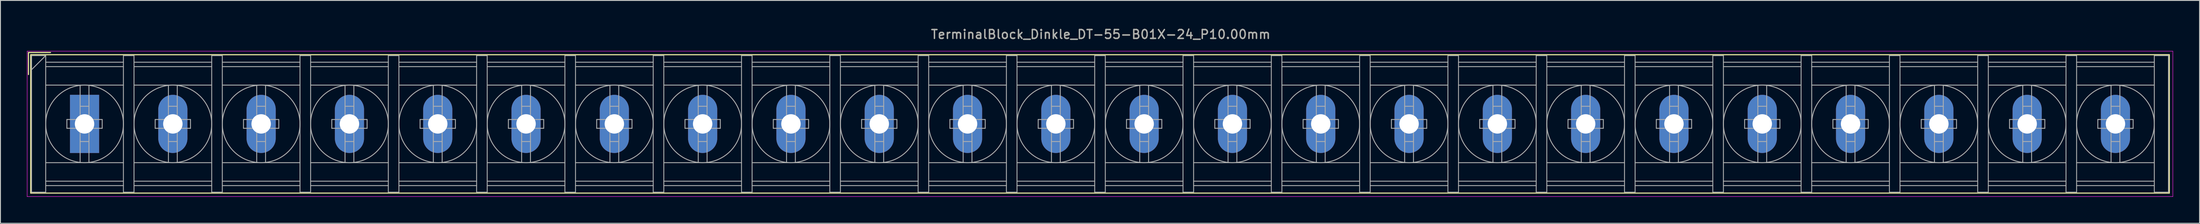
<source format=kicad_pcb>
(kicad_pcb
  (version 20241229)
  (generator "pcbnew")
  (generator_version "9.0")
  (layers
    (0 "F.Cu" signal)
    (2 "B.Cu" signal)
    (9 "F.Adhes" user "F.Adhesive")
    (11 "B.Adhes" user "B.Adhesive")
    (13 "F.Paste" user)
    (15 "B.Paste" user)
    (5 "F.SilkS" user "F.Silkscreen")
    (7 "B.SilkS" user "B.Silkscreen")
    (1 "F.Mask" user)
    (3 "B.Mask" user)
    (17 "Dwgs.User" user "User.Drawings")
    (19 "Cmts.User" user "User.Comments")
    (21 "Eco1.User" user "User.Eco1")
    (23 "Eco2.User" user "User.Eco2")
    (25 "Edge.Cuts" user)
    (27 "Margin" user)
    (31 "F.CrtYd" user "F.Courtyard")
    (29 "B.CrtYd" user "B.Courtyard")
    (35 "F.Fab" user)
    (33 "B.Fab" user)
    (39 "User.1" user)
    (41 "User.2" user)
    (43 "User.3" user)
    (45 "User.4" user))
  (footprint "TerminalBlock_Dinkle_DT-55-B01X-24_P10.00mm"
    (layer "F.Cu")
    (at 6.525 11.008)
    (property "Reference" "TerminalBlock_Dinkle_DT-55-B01X-24_P10.00mm" (at 115.08 -10.16 0) (layer "F.SilkS") (effects (font (size 1 1) (thickness 0.15))))
    (attr through_hole)
    (fp_line (start -6.35 -8.1) (end -3.85 -8.1) (stroke (width 0.12) (type solid)) (layer "F.SilkS"))
    (fp_line (start -6.35 -5.6) (end -6.35 -8.1) (stroke (width 0.12) (type solid)) (layer "F.SilkS"))
    (fp_line (start -6.1 -7.85) (end 236.1 -7.85) (stroke (width 0.12) (type solid)) (layer "F.SilkS"))
    (fp_line (start -6.1 7.85) (end -6.1 -7.85) (stroke (width 0.12) (type solid)) (layer "F.SilkS"))
    (fp_line (start -6.1 7.85) (end 236.1 7.85) (stroke (width 0.12) (type solid)) (layer "F.SilkS"))
    (fp_line (start 236.1 -7.85) (end 236.1 7.85) (stroke (width 0.12) (type solid)) (layer "F.SilkS"))
    (fp_line (start -6.5 -8.25) (end 236.5 -8.25) (stroke (width 0.05) (type solid)) (layer "F.CrtYd"))
    (fp_line (start -6.5 8.25) (end -6.5 -8.25) (stroke (width 0.05) (type solid)) (layer "F.CrtYd"))
    (fp_line (start -6.5 8.25) (end 236.5 8.25) (stroke (width 0.05) (type solid)) (layer "F.CrtYd"))
    (fp_line (start 236.5 -8.25) (end 236.5 8.25) (stroke (width 0.05) (type solid)) (layer "F.CrtYd"))
    (fp_line (start -6 -7.75) (end -6 7.75) (stroke (width 0.1) (type solid)) (layer "F.Fab"))
    (fp_line (start -6 -7.75) (end -4.4 -7.75) (stroke (width 0.1) (type solid)) (layer "F.Fab"))
    (fp_line (start -6 7.75) (end -4.4 7.75) (stroke (width 0.1) (type solid)) (layer "F.Fab"))
    (fp_line (start -4.4 -7.75) (end -6 -6.15) (stroke (width 0.1) (type solid)) (layer "F.Fab"))
    (fp_line (start -4.4 -7.75) (end -4.4 7.75) (stroke (width 0.1) (type solid)) (layer "F.Fab"))
    (fp_line (start -4.4 -7) (end 4.4 -7) (stroke (width 0.1) (type solid)) (layer "F.Fab"))
    (fp_line (start -4.4 -6.5) (end 4.4 -6.5) (stroke (width 0.1) (type solid)) (layer "F.Fab"))
    (fp_line (start -4.4 -4.4) (end 4.4 -4.4) (stroke (width 0.1) (type solid)) (layer "F.Fab"))
    (fp_line (start -4.4 4.4) (end 4.4 4.4) (stroke (width 0.1) (type solid)) (layer "F.Fab"))
    (fp_line (start -4.4 6.5) (end 4.4 6.5) (stroke (width 0.1) (type solid)) (layer "F.Fab"))
    (fp_line (start -4.4 7) (end 4.4 7) (stroke (width 0.1) (type solid)) (layer "F.Fab"))
    (fp_line (start -2 -0.5) (end -2 0.5) (stroke (width 0.1) (type solid)) (layer "F.Fab"))
    (fp_line (start -2 0.5) (end -0.5 0.5) (stroke (width 0.1) (type solid)) (layer "F.Fab"))
    (fp_line (start -0.5 -4.35) (end -0.5 -0.5) (stroke (width 0.1) (type solid)) (layer "F.Fab"))
    (fp_line (start -0.5 -2) (end 0.5 -2) (stroke (width 0.1) (type solid)) (layer "F.Fab"))
    (fp_line (start -0.5 -0.5) (end -2 -0.5) (stroke (width 0.1) (type solid)) (layer "F.Fab"))
    (fp_line (start -0.5 0.5) (end -0.5 4.35) (stroke (width 0.1) (type solid)) (layer "F.Fab"))
    (fp_line (start -0.5 2) (end 0.5 2) (stroke (width 0.1) (type solid)) (layer "F.Fab"))
    (fp_line (start 0.5 -4.35) (end 0.5 -0.5) (stroke (width 0.1) (type solid)) (layer "F.Fab"))
    (fp_line (start 0.5 -0.5) (end 2 -0.5) (stroke (width 0.1) (type solid)) (layer "F.Fab"))
    (fp_line (start 0.5 0.5) (end 0.5 4.35) (stroke (width 0.1) (type solid)) (layer "F.Fab"))
    (fp_line (start 2 -0.5) (end 2 0.5) (stroke (width 0.1) (type solid)) (layer "F.Fab"))
    (fp_line (start 2 0.5) (end 0.5 0.5) (stroke (width 0.1) (type solid)) (layer "F.Fab"))
    (fp_line (start 4.4 -7.75) (end 4.4 7.75) (stroke (width 0.1) (type solid)) (layer "F.Fab"))
    (fp_line (start 4.4 -7.75) (end 5.6 -7.75) (stroke (width 0.1) (type solid)) (layer "F.Fab"))
    (fp_line (start 4.4 7.75) (end 5.6 7.75) (stroke (width 0.1) (type solid)) (layer "F.Fab"))
    (fp_line (start 5.6 -7.75) (end 5.6 7.75) (stroke (width 0.1) (type solid)) (layer "F.Fab"))
    (fp_line (start 5.6 -7) (end 14.4 -7) (stroke (width 0.1) (type solid)) (layer "F.Fab"))
    (fp_line (start 5.6 -6.5) (end 14.4 -6.5) (stroke (width 0.1) (type solid)) (layer "F.Fab"))
    (fp_line (start 5.6 -4.4) (end 14.4 -4.4) (stroke (width 0.1) (type solid)) (layer "F.Fab"))
    (fp_line (start 5.6 4.4) (end 14.4 4.4) (stroke (width 0.1) (type solid)) (layer "F.Fab"))
    (fp_line (start 5.6 6.5) (end 14.4 6.5) (stroke (width 0.1) (type solid)) (layer "F.Fab"))
    (fp_line (start 5.6 7) (end 14.4 7) (stroke (width 0.1) (type solid)) (layer "F.Fab"))
    (fp_line (start 8 -0.5) (end 8 0.5) (stroke (width 0.1) (type solid)) (layer "F.Fab"))
    (fp_line (start 8 0.5) (end 9.5 0.5) (stroke (width 0.1) (type solid)) (layer "F.Fab"))
    (fp_line (start 9.5 -4.35) (end 9.5 -0.5) (stroke (width 0.1) (type solid)) (layer "F.Fab"))
    (fp_line (start 9.5 -2) (end 10.5 -2) (stroke (width 0.1) (type solid)) (layer "F.Fab"))
    (fp_line (start 9.5 -0.5) (end 8 -0.5) (stroke (width 0.1) (type solid)) (layer "F.Fab"))
    (fp_line (start 9.5 0.5) (end 9.5 4.35) (stroke (width 0.1) (type solid)) (layer "F.Fab"))
    (fp_line (start 9.5 2) (end 10.5 2) (stroke (width 0.1) (type solid)) (layer "F.Fab"))
    (fp_line (start 10.5 -4.35) (end 10.5 -0.5) (stroke (width 0.1) (type solid)) (layer "F.Fab"))
    (fp_line (start 10.5 -0.5) (end 12 -0.5) (stroke (width 0.1) (type solid)) (layer "F.Fab"))
    (fp_line (start 10.5 0.5) (end 10.5 4.35) (stroke (width 0.1) (type solid)) (layer "F.Fab"))
    (fp_line (start 12 -0.5) (end 12 0.5) (stroke (width 0.1) (type solid)) (layer "F.Fab"))
    (fp_line (start 12 0.5) (end 10.5 0.5) (stroke (width 0.1) (type solid)) (layer "F.Fab"))
    (fp_line (start 14.4 -7.75) (end 14.4 7.75) (stroke (width 0.1) (type solid)) (layer "F.Fab"))
    (fp_line (start 14.4 -7.75) (end 15.6 -7.75) (stroke (width 0.1) (type solid)) (layer "F.Fab"))
    (fp_line (start 14.4 7.75) (end 15.6 7.75) (stroke (width 0.1) (type solid)) (layer "F.Fab"))
    (fp_line (start 15.6 -7.75) (end 15.6 7.75) (stroke (width 0.1) (type solid)) (layer "F.Fab"))
    (fp_line (start 15.6 -7) (end 24.4 -7) (stroke (width 0.1) (type solid)) (layer "F.Fab"))
    (fp_line (start 15.6 -6.5) (end 24.4 -6.5) (stroke (width 0.1) (type solid)) (layer "F.Fab"))
    (fp_line (start 15.6 -4.4) (end 24.4 -4.4) (stroke (width 0.1) (type solid)) (layer "F.Fab"))
    (fp_line (start 15.6 4.4) (end 24.4 4.4) (stroke (width 0.1) (type solid)) (layer "F.Fab"))
    (fp_line (start 15.6 6.5) (end 24.4 6.5) (stroke (width 0.1) (type solid)) (layer "F.Fab"))
    (fp_line (start 15.6 7) (end 24.4 7) (stroke (width 0.1) (type solid)) (layer "F.Fab"))
    (fp_line (start 18 -0.5) (end 18 0.5) (stroke (width 0.1) (type solid)) (layer "F.Fab"))
    (fp_line (start 18 0.5) (end 19.5 0.5) (stroke (width 0.1) (type solid)) (layer "F.Fab"))
    (fp_line (start 19.5 -4.35) (end 19.5 -0.5) (stroke (width 0.1) (type solid)) (layer "F.Fab"))
    (fp_line (start 19.5 -2) (end 20.5 -2) (stroke (width 0.1) (type solid)) (layer "F.Fab"))
    (fp_line (start 19.5 -0.5) (end 18 -0.5) (stroke (width 0.1) (type solid)) (layer "F.Fab"))
    (fp_line (start 19.5 0.5) (end 19.5 4.35) (stroke (width 0.1) (type solid)) (layer "F.Fab"))
    (fp_line (start 19.5 2) (end 20.5 2) (stroke (width 0.1) (type solid)) (layer "F.Fab"))
    (fp_line (start 20.5 -4.35) (end 20.5 -0.5) (stroke (width 0.1) (type solid)) (layer "F.Fab"))
    (fp_line (start 20.5 -0.5) (end 22 -0.5) (stroke (width 0.1) (type solid)) (layer "F.Fab"))
    (fp_line (start 20.5 0.5) (end 20.5 4.35) (stroke (width 0.1) (type solid)) (layer "F.Fab"))
    (fp_line (start 22 -0.5) (end 22 0.5) (stroke (width 0.1) (type solid)) (layer "F.Fab"))
    (fp_line (start 22 0.5) (end 20.5 0.5) (stroke (width 0.1) (type solid)) (layer "F.Fab"))
    (fp_line (start 24.4 -7.75) (end 24.4 7.75) (stroke (width 0.1) (type solid)) (layer "F.Fab"))
    (fp_line (start 24.4 -7.75) (end 25.6 -7.75) (stroke (width 0.1) (type solid)) (layer "F.Fab"))
    (fp_line (start 24.4 7.75) (end 25.6 7.75) (stroke (width 0.1) (type solid)) (layer "F.Fab"))
    (fp_line (start 25.6 -7.75) (end 25.6 7.75) (stroke (width 0.1) (type solid)) (layer "F.Fab"))
    (fp_line (start 25.6 -7) (end 34.4 -7) (stroke (width 0.1) (type solid)) (layer "F.Fab"))
    (fp_line (start 25.6 -6.5) (end 34.4 -6.5) (stroke (width 0.1) (type solid)) (layer "F.Fab"))
    (fp_line (start 25.6 -4.4) (end 34.4 -4.4) (stroke (width 0.1) (type solid)) (layer "F.Fab"))
    (fp_line (start 25.6 4.4) (end 34.4 4.4) (stroke (width 0.1) (type solid)) (layer "F.Fab"))
    (fp_line (start 25.6 6.5) (end 34.4 6.5) (stroke (width 0.1) (type solid)) (layer "F.Fab"))
    (fp_line (start 25.6 7) (end 34.4 7) (stroke (width 0.1) (type solid)) (layer "F.Fab"))
    (fp_line (start 28 -0.5) (end 28 0.5) (stroke (width 0.1) (type solid)) (layer "F.Fab"))
    (fp_line (start 28 0.5) (end 29.5 0.5) (stroke (width 0.1) (type solid)) (layer "F.Fab"))
    (fp_line (start 29.5 -4.35) (end 29.5 -0.5) (stroke (width 0.1) (type solid)) (layer "F.Fab"))
    (fp_line (start 29.5 -2) (end 30.5 -2) (stroke (width 0.1) (type solid)) (layer "F.Fab"))
    (fp_line (start 29.5 -0.5) (end 28 -0.5) (stroke (width 0.1) (type solid)) (layer "F.Fab"))
    (fp_line (start 29.5 0.5) (end 29.5 4.35) (stroke (width 0.1) (type solid)) (layer "F.Fab"))
    (fp_line (start 29.5 2) (end 30.5 2) (stroke (width 0.1) (type solid)) (layer "F.Fab"))
    (fp_line (start 30.5 -4.35) (end 30.5 -0.5) (stroke (width 0.1) (type solid)) (layer "F.Fab"))
    (fp_line (start 30.5 -0.5) (end 32 -0.5) (stroke (width 0.1) (type solid)) (layer "F.Fab"))
    (fp_line (start 30.5 0.5) (end 30.5 4.35) (stroke (width 0.1) (type solid)) (layer "F.Fab"))
    (fp_line (start 32 -0.5) (end 32 0.5) (stroke (width 0.1) (type solid)) (layer "F.Fab"))
    (fp_line (start 32 0.5) (end 30.5 0.5) (stroke (width 0.1) (type solid)) (layer "F.Fab"))
    (fp_line (start 34.4 -7.75) (end 34.4 7.75) (stroke (width 0.1) (type solid)) (layer "F.Fab"))
    (fp_line (start 34.4 -7.75) (end 35.6 -7.75) (stroke (width 0.1) (type solid)) (layer "F.Fab"))
    (fp_line (start 34.4 7.75) (end 35.6 7.75) (stroke (width 0.1) (type solid)) (layer "F.Fab"))
    (fp_line (start 35.6 -7.75) (end 35.6 7.75) (stroke (width 0.1) (type solid)) (layer "F.Fab"))
    (fp_line (start 35.6 -7) (end 44.4 -7) (stroke (width 0.1) (type solid)) (layer "F.Fab"))
    (fp_line (start 35.6 -6.5) (end 44.4 -6.5) (stroke (width 0.1) (type solid)) (layer "F.Fab"))
    (fp_line (start 35.6 -4.4) (end 44.4 -4.4) (stroke (width 0.1) (type solid)) (layer "F.Fab"))
    (fp_line (start 35.6 4.4) (end 44.4 4.4) (stroke (width 0.1) (type solid)) (layer "F.Fab"))
    (fp_line (start 35.6 6.5) (end 44.4 6.5) (stroke (width 0.1) (type solid)) (layer "F.Fab"))
    (fp_line (start 35.6 7) (end 44.4 7) (stroke (width 0.1) (type solid)) (layer "F.Fab"))
    (fp_line (start 38 -0.5) (end 38 0.5) (stroke (width 0.1) (type solid)) (layer "F.Fab"))
    (fp_line (start 38 0.5) (end 39.5 0.5) (stroke (width 0.1) (type solid)) (layer "F.Fab"))
    (fp_line (start 39.5 -4.35) (end 39.5 -0.5) (stroke (width 0.1) (type solid)) (layer "F.Fab"))
    (fp_line (start 39.5 -2) (end 40.5 -2) (stroke (width 0.1) (type solid)) (layer "F.Fab"))
    (fp_line (start 39.5 -0.5) (end 38 -0.5) (stroke (width 0.1) (type solid)) (layer "F.Fab"))
    (fp_line (start 39.5 0.5) (end 39.5 4.35) (stroke (width 0.1) (type solid)) (layer "F.Fab"))
    (fp_line (start 39.5 2) (end 40.5 2) (stroke (width 0.1) (type solid)) (layer "F.Fab"))
    (fp_line (start 40.5 -4.35) (end 40.5 -0.5) (stroke (width 0.1) (type solid)) (layer "F.Fab"))
    (fp_line (start 40.5 -0.5) (end 42 -0.5) (stroke (width 0.1) (type solid)) (layer "F.Fab"))
    (fp_line (start 40.5 0.5) (end 40.5 4.35) (stroke (width 0.1) (type solid)) (layer "F.Fab"))
    (fp_line (start 42 -0.5) (end 42 0.5) (stroke (width 0.1) (type solid)) (layer "F.Fab"))
    (fp_line (start 42 0.5) (end 40.5 0.5) (stroke (width 0.1) (type solid)) (layer "F.Fab"))
    (fp_line (start 44.4 -7.75) (end 44.4 7.75) (stroke (width 0.1) (type solid)) (layer "F.Fab"))
    (fp_line (start 44.4 -7.75) (end 45.6 -7.75) (stroke (width 0.1) (type solid)) (layer "F.Fab"))
    (fp_line (start 44.4 7.75) (end 45.6 7.75) (stroke (width 0.1) (type solid)) (layer "F.Fab"))
    (fp_line (start 45.6 -7.75) (end 45.6 7.75) (stroke (width 0.1) (type solid)) (layer "F.Fab"))
    (fp_line (start 45.6 -7) (end 54.4 -7) (stroke (width 0.1) (type solid)) (layer "F.Fab"))
    (fp_line (start 45.6 -6.5) (end 54.4 -6.5) (stroke (width 0.1) (type solid)) (layer "F.Fab"))
    (fp_line (start 45.6 -4.4) (end 54.4 -4.4) (stroke (width 0.1) (type solid)) (layer "F.Fab"))
    (fp_line (start 45.6 4.4) (end 54.4 4.4) (stroke (width 0.1) (type solid)) (layer "F.Fab"))
    (fp_line (start 45.6 6.5) (end 54.4 6.5) (stroke (width 0.1) (type solid)) (layer "F.Fab"))
    (fp_line (start 45.6 7) (end 54.4 7) (stroke (width 0.1) (type solid)) (layer "F.Fab"))
    (fp_line (start 48 -0.5) (end 48 0.5) (stroke (width 0.1) (type solid)) (layer "F.Fab"))
    (fp_line (start 48 0.5) (end 49.5 0.5) (stroke (width 0.1) (type solid)) (layer "F.Fab"))
    (fp_line (start 49.5 -4.35) (end 49.5 -0.5) (stroke (width 0.1) (type solid)) (layer "F.Fab"))
    (fp_line (start 49.5 -2) (end 50.5 -2) (stroke (width 0.1) (type solid)) (layer "F.Fab"))
    (fp_line (start 49.5 -0.5) (end 48 -0.5) (stroke (width 0.1) (type solid)) (layer "F.Fab"))
    (fp_line (start 49.5 0.5) (end 49.5 4.35) (stroke (width 0.1) (type solid)) (layer "F.Fab"))
    (fp_line (start 49.5 2) (end 50.5 2) (stroke (width 0.1) (type solid)) (layer "F.Fab"))
    (fp_line (start 50.5 -4.35) (end 50.5 -0.5) (stroke (width 0.1) (type solid)) (layer "F.Fab"))
    (fp_line (start 50.5 -0.5) (end 52 -0.5) (stroke (width 0.1) (type solid)) (layer "F.Fab"))
    (fp_line (start 50.5 0.5) (end 50.5 4.35) (stroke (width 0.1) (type solid)) (layer "F.Fab"))
    (fp_line (start 52 -0.5) (end 52 0.5) (stroke (width 0.1) (type solid)) (layer "F.Fab"))
    (fp_line (start 52 0.5) (end 50.5 0.5) (stroke (width 0.1) (type solid)) (layer "F.Fab"))
    (fp_line (start 54.4 -7.75) (end 54.4 7.75) (stroke (width 0.1) (type solid)) (layer "F.Fab"))
    (fp_line (start 54.4 -7.75) (end 55.6 -7.75) (stroke (width 0.1) (type solid)) (layer "F.Fab"))
    (fp_line (start 54.4 7.75) (end 55.6 7.75) (stroke (width 0.1) (type solid)) (layer "F.Fab"))
    (fp_line (start 55.6 -7.75) (end 55.6 7.75) (stroke (width 0.1) (type solid)) (layer "F.Fab"))
    (fp_line (start 55.6 -7) (end 64.4 -7) (stroke (width 0.1) (type solid)) (layer "F.Fab"))
    (fp_line (start 55.6 -6.5) (end 64.4 -6.5) (stroke (width 0.1) (type solid)) (layer "F.Fab"))
    (fp_line (start 55.6 -4.4) (end 64.4 -4.4) (stroke (width 0.1) (type solid)) (layer "F.Fab"))
    (fp_line (start 55.6 4.4) (end 64.4 4.4) (stroke (width 0.1) (type solid)) (layer "F.Fab"))
    (fp_line (start 55.6 6.5) (end 64.4 6.5) (stroke (width 0.1) (type solid)) (layer "F.Fab"))
    (fp_line (start 55.6 7) (end 64.4 7) (stroke (width 0.1) (type solid)) (layer "F.Fab"))
    (fp_line (start 58 -0.5) (end 58 0.5) (stroke (width 0.1) (type solid)) (layer "F.Fab"))
    (fp_line (start 58 0.5) (end 59.5 0.5) (stroke (width 0.1) (type solid)) (layer "F.Fab"))
    (fp_line (start 59.5 -4.35) (end 59.5 -0.5) (stroke (width 0.1) (type solid)) (layer "F.Fab"))
    (fp_line (start 59.5 -2) (end 60.5 -2) (stroke (width 0.1) (type solid)) (layer "F.Fab"))
    (fp_line (start 59.5 -0.5) (end 58 -0.5) (stroke (width 0.1) (type solid)) (layer "F.Fab"))
    (fp_line (start 59.5 0.5) (end 59.5 4.35) (stroke (width 0.1) (type solid)) (layer "F.Fab"))
    (fp_line (start 59.5 2) (end 60.5 2) (stroke (width 0.1) (type solid)) (layer "F.Fab"))
    (fp_line (start 60.5 -4.35) (end 60.5 -0.5) (stroke (width 0.1) (type solid)) (layer "F.Fab"))
    (fp_line (start 60.5 -0.5) (end 62 -0.5) (stroke (width 0.1) (type solid)) (layer "F.Fab"))
    (fp_line (start 60.5 0.5) (end 60.5 4.35) (stroke (width 0.1) (type solid)) (layer "F.Fab"))
    (fp_line (start 62 -0.5) (end 62 0.5) (stroke (width 0.1) (type solid)) (layer "F.Fab"))
    (fp_line (start 62 0.5) (end 60.5 0.5) (stroke (width 0.1) (type solid)) (layer "F.Fab"))
    (fp_line (start 64.4 -7.75) (end 64.4 7.75) (stroke (width 0.1) (type solid)) (layer "F.Fab"))
    (fp_line (start 64.4 -7.75) (end 65.6 -7.75) (stroke (width 0.1) (type solid)) (layer "F.Fab"))
    (fp_line (start 64.4 7.75) (end 65.6 7.75) (stroke (width 0.1) (type solid)) (layer "F.Fab"))
    (fp_line (start 65.6 -7.75) (end 65.6 7.75) (stroke (width 0.1) (type solid)) (layer "F.Fab"))
    (fp_line (start 65.6 -7) (end 74.4 -7) (stroke (width 0.1) (type solid)) (layer "F.Fab"))
    (fp_line (start 65.6 -6.5) (end 74.4 -6.5) (stroke (width 0.1) (type solid)) (layer "F.Fab"))
    (fp_line (start 65.6 -4.4) (end 74.4 -4.4) (stroke (width 0.1) (type solid)) (layer "F.Fab"))
    (fp_line (start 65.6 4.4) (end 74.4 4.4) (stroke (width 0.1) (type solid)) (layer "F.Fab"))
    (fp_line (start 65.6 6.5) (end 74.4 6.5) (stroke (width 0.1) (type solid)) (layer "F.Fab"))
    (fp_line (start 65.6 7) (end 74.4 7) (stroke (width 0.1) (type solid)) (layer "F.Fab"))
    (fp_line (start 68 -0.5) (end 68 0.5) (stroke (width 0.1) (type solid)) (layer "F.Fab"))
    (fp_line (start 68 0.5) (end 69.5 0.5) (stroke (width 0.1) (type solid)) (layer "F.Fab"))
    (fp_line (start 69.5 -4.35) (end 69.5 -0.5) (stroke (width 0.1) (type solid)) (layer "F.Fab"))
    (fp_line (start 69.5 -2) (end 70.5 -2) (stroke (width 0.1) (type solid)) (layer "F.Fab"))
    (fp_line (start 69.5 -0.5) (end 68 -0.5) (stroke (width 0.1) (type solid)) (layer "F.Fab"))
    (fp_line (start 69.5 0.5) (end 69.5 4.35) (stroke (width 0.1) (type solid)) (layer "F.Fab"))
    (fp_line (start 69.5 2) (end 70.5 2) (stroke (width 0.1) (type solid)) (layer "F.Fab"))
    (fp_line (start 70.5 -4.35) (end 70.5 -0.5) (stroke (width 0.1) (type solid)) (layer "F.Fab"))
    (fp_line (start 70.5 -0.5) (end 72 -0.5) (stroke (width 0.1) (type solid)) (layer "F.Fab"))
    (fp_line (start 70.5 0.5) (end 70.5 4.35) (stroke (width 0.1) (type solid)) (layer "F.Fab"))
    (fp_line (start 72 -0.5) (end 72 0.5) (stroke (width 0.1) (type solid)) (layer "F.Fab"))
    (fp_line (start 72 0.5) (end 70.5 0.5) (stroke (width 0.1) (type solid)) (layer "F.Fab"))
    (fp_line (start 74.4 -7.75) (end 74.4 7.75) (stroke (width 0.1) (type solid)) (layer "F.Fab"))
    (fp_line (start 74.4 -7.75) (end 75.6 -7.75) (stroke (width 0.1) (type solid)) (layer "F.Fab"))
    (fp_line (start 74.4 7.75) (end 75.6 7.75) (stroke (width 0.1) (type solid)) (layer "F.Fab"))
    (fp_line (start 75.6 -7.75) (end 75.6 7.75) (stroke (width 0.1) (type solid)) (layer "F.Fab"))
    (fp_line (start 75.6 -7) (end 84.4 -7) (stroke (width 0.1) (type solid)) (layer "F.Fab"))
    (fp_line (start 75.6 -6.5) (end 84.4 -6.5) (stroke (width 0.1) (type solid)) (layer "F.Fab"))
    (fp_line (start 75.6 -4.4) (end 84.4 -4.4) (stroke (width 0.1) (type solid)) (layer "F.Fab"))
    (fp_line (start 75.6 4.4) (end 84.4 4.4) (stroke (width 0.1) (type solid)) (layer "F.Fab"))
    (fp_line (start 75.6 6.5) (end 84.4 6.5) (stroke (width 0.1) (type solid)) (layer "F.Fab"))
    (fp_line (start 75.6 7) (end 84.4 7) (stroke (width 0.1) (type solid)) (layer "F.Fab"))
    (fp_line (start 78 -0.5) (end 78 0.5) (stroke (width 0.1) (type solid)) (layer "F.Fab"))
    (fp_line (start 78 0.5) (end 79.5 0.5) (stroke (width 0.1) (type solid)) (layer "F.Fab"))
    (fp_line (start 79.5 -4.35) (end 79.5 -0.5) (stroke (width 0.1) (type solid)) (layer "F.Fab"))
    (fp_line (start 79.5 -2) (end 80.5 -2) (stroke (width 0.1) (type solid)) (layer "F.Fab"))
    (fp_line (start 79.5 -0.5) (end 78 -0.5) (stroke (width 0.1) (type solid)) (layer "F.Fab"))
    (fp_line (start 79.5 0.5) (end 79.5 4.35) (stroke (width 0.1) (type solid)) (layer "F.Fab"))
    (fp_line (start 79.5 2) (end 80.5 2) (stroke (width 0.1) (type solid)) (layer "F.Fab"))
    (fp_line (start 80.5 -4.35) (end 80.5 -0.5) (stroke (width 0.1) (type solid)) (layer "F.Fab"))
    (fp_line (start 80.5 -0.5) (end 82 -0.5) (stroke (width 0.1) (type solid)) (layer "F.Fab"))
    (fp_line (start 80.5 0.5) (end 80.5 4.35) (stroke (width 0.1) (type solid)) (layer "F.Fab"))
    (fp_line (start 82 -0.5) (end 82 0.5) (stroke (width 0.1) (type solid)) (layer "F.Fab"))
    (fp_line (start 82 0.5) (end 80.5 0.5) (stroke (width 0.1) (type solid)) (layer "F.Fab"))
    (fp_line (start 84.4 -7.75) (end 84.4 7.75) (stroke (width 0.1) (type solid)) (layer "F.Fab"))
    (fp_line (start 84.4 -7.75) (end 85.6 -7.75) (stroke (width 0.1) (type solid)) (layer "F.Fab"))
    (fp_line (start 84.4 7.75) (end 85.6 7.75) (stroke (width 0.1) (type solid)) (layer "F.Fab"))
    (fp_line (start 85.6 -7.75) (end 85.6 7.75) (stroke (width 0.1) (type solid)) (layer "F.Fab"))
    (fp_line (start 85.6 -7) (end 94.4 -7) (stroke (width 0.1) (type solid)) (layer "F.Fab"))
    (fp_line (start 85.6 -6.5) (end 94.4 -6.5) (stroke (width 0.1) (type solid)) (layer "F.Fab"))
    (fp_line (start 85.6 -4.4) (end 94.4 -4.4) (stroke (width 0.1) (type solid)) (layer "F.Fab"))
    (fp_line (start 85.6 4.4) (end 94.4 4.4) (stroke (width 0.1) (type solid)) (layer "F.Fab"))
    (fp_line (start 85.6 6.5) (end 94.4 6.5) (stroke (width 0.1) (type solid)) (layer "F.Fab"))
    (fp_line (start 85.6 7) (end 94.4 7) (stroke (width 0.1) (type solid)) (layer "F.Fab"))
    (fp_line (start 88 -0.5) (end 88 0.5) (stroke (width 0.1) (type solid)) (layer "F.Fab"))
    (fp_line (start 88 0.5) (end 89.5 0.5) (stroke (width 0.1) (type solid)) (layer "F.Fab"))
    (fp_line (start 89.5 -4.35) (end 89.5 -0.5) (stroke (width 0.1) (type solid)) (layer "F.Fab"))
    (fp_line (start 89.5 -2) (end 90.5 -2) (stroke (width 0.1) (type solid)) (layer "F.Fab"))
    (fp_line (start 89.5 -0.5) (end 88 -0.5) (stroke (width 0.1) (type solid)) (layer "F.Fab"))
    (fp_line (start 89.5 0.5) (end 89.5 4.35) (stroke (width 0.1) (type solid)) (layer "F.Fab"))
    (fp_line (start 89.5 2) (end 90.5 2) (stroke (width 0.1) (type solid)) (layer "F.Fab"))
    (fp_line (start 90.5 -4.35) (end 90.5 -0.5) (stroke (width 0.1) (type solid)) (layer "F.Fab"))
    (fp_line (start 90.5 -0.5) (end 92 -0.5) (stroke (width 0.1) (type solid)) (layer "F.Fab"))
    (fp_line (start 90.5 0.5) (end 90.5 4.35) (stroke (width 0.1) (type solid)) (layer "F.Fab"))
    (fp_line (start 92 -0.5) (end 92 0.5) (stroke (width 0.1) (type solid)) (layer "F.Fab"))
    (fp_line (start 92 0.5) (end 90.5 0.5) (stroke (width 0.1) (type solid)) (layer "F.Fab"))
    (fp_line (start 94.4 -7.75) (end 94.4 7.75) (stroke (width 0.1) (type solid)) (layer "F.Fab"))
    (fp_line (start 94.4 -7.75) (end 95.6 -7.75) (stroke (width 0.1) (type solid)) (layer "F.Fab"))
    (fp_line (start 94.4 7.75) (end 95.6 7.75) (stroke (width 0.1) (type solid)) (layer "F.Fab"))
    (fp_line (start 95.6 -7.75) (end 95.6 7.75) (stroke (width 0.1) (type solid)) (layer "F.Fab"))
    (fp_line (start 95.6 -7) (end 104.4 -7) (stroke (width 0.1) (type solid)) (layer "F.Fab"))
    (fp_line (start 95.6 -6.5) (end 104.4 -6.5) (stroke (width 0.1) (type solid)) (layer "F.Fab"))
    (fp_line (start 95.6 -4.4) (end 104.4 -4.4) (stroke (width 0.1) (type solid)) (layer "F.Fab"))
    (fp_line (start 95.6 4.4) (end 104.4 4.4) (stroke (width 0.1) (type solid)) (layer "F.Fab"))
    (fp_line (start 95.6 6.5) (end 104.4 6.5) (stroke (width 0.1) (type solid)) (layer "F.Fab"))
    (fp_line (start 95.6 7) (end 104.4 7) (stroke (width 0.1) (type solid)) (layer "F.Fab"))
    (fp_line (start 98 -0.5) (end 98 0.5) (stroke (width 0.1) (type solid)) (layer "F.Fab"))
    (fp_line (start 98 0.5) (end 99.5 0.5) (stroke (width 0.1) (type solid)) (layer "F.Fab"))
    (fp_line (start 99.5 -4.35) (end 99.5 -0.5) (stroke (width 0.1) (type solid)) (layer "F.Fab"))
    (fp_line (start 99.5 -2) (end 100.5 -2) (stroke (width 0.1) (type solid)) (layer "F.Fab"))
    (fp_line (start 99.5 -0.5) (end 98 -0.5) (stroke (width 0.1) (type solid)) (layer "F.Fab"))
    (fp_line (start 99.5 0.5) (end 99.5 4.35) (stroke (width 0.1) (type solid)) (layer "F.Fab"))
    (fp_line (start 99.5 2) (end 100.5 2) (stroke (width 0.1) (type solid)) (layer "F.Fab"))
    (fp_line (start 100.5 -4.35) (end 100.5 -0.5) (stroke (width 0.1) (type solid)) (layer "F.Fab"))
    (fp_line (start 100.5 -0.5) (end 102 -0.5) (stroke (width 0.1) (type solid)) (layer "F.Fab"))
    (fp_line (start 100.5 0.5) (end 100.5 4.35) (stroke (width 0.1) (type solid)) (layer "F.Fab"))
    (fp_line (start 102 -0.5) (end 102 0.5) (stroke (width 0.1) (type solid)) (layer "F.Fab"))
    (fp_line (start 102 0.5) (end 100.5 0.5) (stroke (width 0.1) (type solid)) (layer "F.Fab"))
    (fp_line (start 104.4 -7.75) (end 104.4 7.75) (stroke (width 0.1) (type solid)) (layer "F.Fab"))
    (fp_line (start 104.4 -7.75) (end 105.6 -7.75) (stroke (width 0.1) (type solid)) (layer "F.Fab"))
    (fp_line (start 104.4 7.75) (end 105.6 7.75) (stroke (width 0.1) (type solid)) (layer "F.Fab"))
    (fp_line (start 105.6 -7.75) (end 105.6 7.75) (stroke (width 0.1) (type solid)) (layer "F.Fab"))
    (fp_line (start 105.6 -7) (end 114.4 -7) (stroke (width 0.1) (type solid)) (layer "F.Fab"))
    (fp_line (start 105.6 -6.5) (end 114.4 -6.5) (stroke (width 0.1) (type solid)) (layer "F.Fab"))
    (fp_line (start 105.6 -4.4) (end 114.4 -4.4) (stroke (width 0.1) (type solid)) (layer "F.Fab"))
    (fp_line (start 105.6 4.4) (end 114.4 4.4) (stroke (width 0.1) (type solid)) (layer "F.Fab"))
    (fp_line (start 105.6 6.5) (end 114.4 6.5) (stroke (width 0.1) (type solid)) (layer "F.Fab"))
    (fp_line (start 105.6 7) (end 114.4 7) (stroke (width 0.1) (type solid)) (layer "F.Fab"))
    (fp_line (start 108 -0.5) (end 108 0.5) (stroke (width 0.1) (type solid)) (layer "F.Fab"))
    (fp_line (start 108 0.5) (end 109.5 0.5) (stroke (width 0.1) (type solid)) (layer "F.Fab"))
    (fp_line (start 109.5 -4.35) (end 109.5 -0.5) (stroke (width 0.1) (type solid)) (layer "F.Fab"))
    (fp_line (start 109.5 -2) (end 110.5 -2) (stroke (width 0.1) (type solid)) (layer "F.Fab"))
    (fp_line (start 109.5 -0.5) (end 108 -0.5) (stroke (width 0.1) (type solid)) (layer "F.Fab"))
    (fp_line (start 109.5 0.5) (end 109.5 4.35) (stroke (width 0.1) (type solid)) (layer "F.Fab"))
    (fp_line (start 109.5 2) (end 110.5 2) (stroke (width 0.1) (type solid)) (layer "F.Fab"))
    (fp_line (start 110.5 -4.35) (end 110.5 -0.5) (stroke (width 0.1) (type solid)) (layer "F.Fab"))
    (fp_line (start 110.5 -0.5) (end 112 -0.5) (stroke (width 0.1) (type solid)) (layer "F.Fab"))
    (fp_line (start 110.5 0.5) (end 110.5 4.35) (stroke (width 0.1) (type solid)) (layer "F.Fab"))
    (fp_line (start 112 -0.5) (end 112 0.5) (stroke (width 0.1) (type solid)) (layer "F.Fab"))
    (fp_line (start 112 0.5) (end 110.5 0.5) (stroke (width 0.1) (type solid)) (layer "F.Fab"))
    (fp_line (start 114.4 -7.75) (end 114.4 7.75) (stroke (width 0.1) (type solid)) (layer "F.Fab"))
    (fp_line (start 114.4 -7.75) (end 115.6 -7.75) (stroke (width 0.1) (type solid)) (layer "F.Fab"))
    (fp_line (start 114.4 7.75) (end 115.6 7.75) (stroke (width 0.1) (type solid)) (layer "F.Fab"))
    (fp_line (start 115.6 -7.75) (end 115.6 7.75) (stroke (width 0.1) (type solid)) (layer "F.Fab"))
    (fp_line (start 115.6 -7) (end 124.4 -7) (stroke (width 0.1) (type solid)) (layer "F.Fab"))
    (fp_line (start 115.6 -6.5) (end 124.4 -6.5) (stroke (width 0.1) (type solid)) (layer "F.Fab"))
    (fp_line (start 115.6 -4.4) (end 124.4 -4.4) (stroke (width 0.1) (type solid)) (layer "F.Fab"))
    (fp_line (start 115.6 4.4) (end 124.4 4.4) (stroke (width 0.1) (type solid)) (layer "F.Fab"))
    (fp_line (start 115.6 6.5) (end 124.4 6.5) (stroke (width 0.1) (type solid)) (layer "F.Fab"))
    (fp_line (start 115.6 7) (end 124.4 7) (stroke (width 0.1) (type solid)) (layer "F.Fab"))
    (fp_line (start 118 -0.5) (end 118 0.5) (stroke (width 0.1) (type solid)) (layer "F.Fab"))
    (fp_line (start 118 0.5) (end 119.5 0.5) (stroke (width 0.1) (type solid)) (layer "F.Fab"))
    (fp_line (start 119.5 -4.35) (end 119.5 -0.5) (stroke (width 0.1) (type solid)) (layer "F.Fab"))
    (fp_line (start 119.5 -2) (end 120.5 -2) (stroke (width 0.1) (type solid)) (layer "F.Fab"))
    (fp_line (start 119.5 -0.5) (end 118 -0.5) (stroke (width 0.1) (type solid)) (layer "F.Fab"))
    (fp_line (start 119.5 0.5) (end 119.5 4.35) (stroke (width 0.1) (type solid)) (layer "F.Fab"))
    (fp_line (start 119.5 2) (end 120.5 2) (stroke (width 0.1) (type solid)) (layer "F.Fab"))
    (fp_line (start 120.5 -4.35) (end 120.5 -0.5) (stroke (width 0.1) (type solid)) (layer "F.Fab"))
    (fp_line (start 120.5 -0.5) (end 122 -0.5) (stroke (width 0.1) (type solid)) (layer "F.Fab"))
    (fp_line (start 120.5 0.5) (end 120.5 4.35) (stroke (width 0.1) (type solid)) (layer "F.Fab"))
    (fp_line (start 122 -0.5) (end 122 0.5) (stroke (width 0.1) (type solid)) (layer "F.Fab"))
    (fp_line (start 122 0.5) (end 120.5 0.5) (stroke (width 0.1) (type solid)) (layer "F.Fab"))
    (fp_line (start 124.4 -7.75) (end 124.4 7.75) (stroke (width 0.1) (type solid)) (layer "F.Fab"))
    (fp_line (start 124.4 -7.75) (end 125.6 -7.75) (stroke (width 0.1) (type solid)) (layer "F.Fab"))
    (fp_line (start 124.4 7.75) (end 125.6 7.75) (stroke (width 0.1) (type solid)) (layer "F.Fab"))
    (fp_line (start 125.6 -7.75) (end 125.6 7.75) (stroke (width 0.1) (type solid)) (layer "F.Fab"))
    (fp_line (start 125.6 -7) (end 134.4 -7) (stroke (width 0.1) (type solid)) (layer "F.Fab"))
    (fp_line (start 125.6 -6.5) (end 134.4 -6.5) (stroke (width 0.1) (type solid)) (layer "F.Fab"))
    (fp_line (start 125.6 -4.4) (end 134.4 -4.4) (stroke (width 0.1) (type solid)) (layer "F.Fab"))
    (fp_line (start 125.6 4.4) (end 134.4 4.4) (stroke (width 0.1) (type solid)) (layer "F.Fab"))
    (fp_line (start 125.6 6.5) (end 134.4 6.5) (stroke (width 0.1) (type solid)) (layer "F.Fab"))
    (fp_line (start 125.6 7) (end 134.4 7) (stroke (width 0.1) (type solid)) (layer "F.Fab"))
    (fp_line (start 128 -0.5) (end 128 0.5) (stroke (width 0.1) (type solid)) (layer "F.Fab"))
    (fp_line (start 128 0.5) (end 129.5 0.5) (stroke (width 0.1) (type solid)) (layer "F.Fab"))
    (fp_line (start 129.5 -4.35) (end 129.5 -0.5) (stroke (width 0.1) (type solid)) (layer "F.Fab"))
    (fp_line (start 129.5 -2) (end 130.5 -2) (stroke (width 0.1) (type solid)) (layer "F.Fab"))
    (fp_line (start 129.5 -0.5) (end 128 -0.5) (stroke (width 0.1) (type solid)) (layer "F.Fab"))
    (fp_line (start 129.5 0.5) (end 129.5 4.35) (stroke (width 0.1) (type solid)) (layer "F.Fab"))
    (fp_line (start 129.5 2) (end 130.5 2) (stroke (width 0.1) (type solid)) (layer "F.Fab"))
    (fp_line (start 130.5 -4.35) (end 130.5 -0.5) (stroke (width 0.1) (type solid)) (layer "F.Fab"))
    (fp_line (start 130.5 -0.5) (end 132 -0.5) (stroke (width 0.1) (type solid)) (layer "F.Fab"))
    (fp_line (start 130.5 0.5) (end 130.5 4.35) (stroke (width 0.1) (type solid)) (layer "F.Fab"))
    (fp_line (start 132 -0.5) (end 132 0.5) (stroke (width 0.1) (type solid)) (layer "F.Fab"))
    (fp_line (start 132 0.5) (end 130.5 0.5) (stroke (width 0.1) (type solid)) (layer "F.Fab"))
    (fp_line (start 134.4 -7.75) (end 134.4 7.75) (stroke (width 0.1) (type solid)) (layer "F.Fab"))
    (fp_line (start 134.4 -7.75) (end 135.6 -7.75) (stroke (width 0.1) (type solid)) (layer "F.Fab"))
    (fp_line (start 134.4 7.75) (end 135.6 7.75) (stroke (width 0.1) (type solid)) (layer "F.Fab"))
    (fp_line (start 135.6 -7.75) (end 135.6 7.75) (stroke (width 0.1) (type solid)) (layer "F.Fab"))
    (fp_line (start 135.6 -7) (end 144.4 -7) (stroke (width 0.1) (type solid)) (layer "F.Fab"))
    (fp_line (start 135.6 -6.5) (end 144.4 -6.5) (stroke (width 0.1) (type solid)) (layer "F.Fab"))
    (fp_line (start 135.6 -4.4) (end 144.4 -4.4) (stroke (width 0.1) (type solid)) (layer "F.Fab"))
    (fp_line (start 135.6 4.4) (end 144.4 4.4) (stroke (width 0.1) (type solid)) (layer "F.Fab"))
    (fp_line (start 135.6 6.5) (end 144.4 6.5) (stroke (width 0.1) (type solid)) (layer "F.Fab"))
    (fp_line (start 135.6 7) (end 144.4 7) (stroke (width 0.1) (type solid)) (layer "F.Fab"))
    (fp_line (start 138 -0.5) (end 138 0.5) (stroke (width 0.1) (type solid)) (layer "F.Fab"))
    (fp_line (start 138 0.5) (end 139.5 0.5) (stroke (width 0.1) (type solid)) (layer "F.Fab"))
    (fp_line (start 139.5 -4.35) (end 139.5 -0.5) (stroke (width 0.1) (type solid)) (layer "F.Fab"))
    (fp_line (start 139.5 -2) (end 140.5 -2) (stroke (width 0.1) (type solid)) (layer "F.Fab"))
    (fp_line (start 139.5 -0.5) (end 138 -0.5) (stroke (width 0.1) (type solid)) (layer "F.Fab"))
    (fp_line (start 139.5 0.5) (end 139.5 4.35) (stroke (width 0.1) (type solid)) (layer "F.Fab"))
    (fp_line (start 139.5 2) (end 140.5 2) (stroke (width 0.1) (type solid)) (layer "F.Fab"))
    (fp_line (start 140.5 -4.35) (end 140.5 -0.5) (stroke (width 0.1) (type solid)) (layer "F.Fab"))
    (fp_line (start 140.5 -0.5) (end 142 -0.5) (stroke (width 0.1) (type solid)) (layer "F.Fab"))
    (fp_line (start 140.5 0.5) (end 140.5 4.35) (stroke (width 0.1) (type solid)) (layer "F.Fab"))
    (fp_line (start 142 -0.5) (end 142 0.5) (stroke (width 0.1) (type solid)) (layer "F.Fab"))
    (fp_line (start 142 0.5) (end 140.5 0.5) (stroke (width 0.1) (type solid)) (layer "F.Fab"))
    (fp_line (start 144.4 -7.75) (end 144.4 7.75) (stroke (width 0.1) (type solid)) (layer "F.Fab"))
    (fp_line (start 144.4 -7.75) (end 145.6 -7.75) (stroke (width 0.1) (type solid)) (layer "F.Fab"))
    (fp_line (start 144.4 7.75) (end 145.6 7.75) (stroke (width 0.1) (type solid)) (layer "F.Fab"))
    (fp_line (start 145.6 -7.75) (end 145.6 7.75) (stroke (width 0.1) (type solid)) (layer "F.Fab"))
    (fp_line (start 145.6 -7) (end 154.4 -7) (stroke (width 0.1) (type solid)) (layer "F.Fab"))
    (fp_line (start 145.6 -6.5) (end 154.4 -6.5) (stroke (width 0.1) (type solid)) (layer "F.Fab"))
    (fp_line (start 145.6 -4.4) (end 154.4 -4.4) (stroke (width 0.1) (type solid)) (layer "F.Fab"))
    (fp_line (start 145.6 4.4) (end 154.4 4.4) (stroke (width 0.1) (type solid)) (layer "F.Fab"))
    (fp_line (start 145.6 6.5) (end 154.4 6.5) (stroke (width 0.1) (type solid)) (layer "F.Fab"))
    (fp_line (start 145.6 7) (end 154.4 7) (stroke (width 0.1) (type solid)) (layer "F.Fab"))
    (fp_line (start 148 -0.5) (end 148 0.5) (stroke (width 0.1) (type solid)) (layer "F.Fab"))
    (fp_line (start 148 0.5) (end 149.5 0.5) (stroke (width 0.1) (type solid)) (layer "F.Fab"))
    (fp_line (start 149.5 -4.35) (end 149.5 -0.5) (stroke (width 0.1) (type solid)) (layer "F.Fab"))
    (fp_line (start 149.5 -2) (end 150.5 -2) (stroke (width 0.1) (type solid)) (layer "F.Fab"))
    (fp_line (start 149.5 -0.5) (end 148 -0.5) (stroke (width 0.1) (type solid)) (layer "F.Fab"))
    (fp_line (start 149.5 0.5) (end 149.5 4.35) (stroke (width 0.1) (type solid)) (layer "F.Fab"))
    (fp_line (start 149.5 2) (end 150.5 2) (stroke (width 0.1) (type solid)) (layer "F.Fab"))
    (fp_line (start 150.5 -4.35) (end 150.5 -0.5) (stroke (width 0.1) (type solid)) (layer "F.Fab"))
    (fp_line (start 150.5 -0.5) (end 152 -0.5) (stroke (width 0.1) (type solid)) (layer "F.Fab"))
    (fp_line (start 150.5 0.5) (end 150.5 4.35) (stroke (width 0.1) (type solid)) (layer "F.Fab"))
    (fp_line (start 152 -0.5) (end 152 0.5) (stroke (width 0.1) (type solid)) (layer "F.Fab"))
    (fp_line (start 152 0.5) (end 150.5 0.5) (stroke (width 0.1) (type solid)) (layer "F.Fab"))
    (fp_line (start 154.4 -7.75) (end 154.4 7.75) (stroke (width 0.1) (type solid)) (layer "F.Fab"))
    (fp_line (start 154.4 -7.75) (end 155.6 -7.75) (stroke (width 0.1) (type solid)) (layer "F.Fab"))
    (fp_line (start 154.4 7.75) (end 155.6 7.75) (stroke (width 0.1) (type solid)) (layer "F.Fab"))
    (fp_line (start 155.6 -7.75) (end 155.6 7.75) (stroke (width 0.1) (type solid)) (layer "F.Fab"))
    (fp_line (start 155.6 -7) (end 164.4 -7) (stroke (width 0.1) (type solid)) (layer "F.Fab"))
    (fp_line (start 155.6 -6.5) (end 164.4 -6.5) (stroke (width 0.1) (type solid)) (layer "F.Fab"))
    (fp_line (start 155.6 -4.4) (end 164.4 -4.4) (stroke (width 0.1) (type solid)) (layer "F.Fab"))
    (fp_line (start 155.6 4.4) (end 164.4 4.4) (stroke (width 0.1) (type solid)) (layer "F.Fab"))
    (fp_line (start 155.6 6.5) (end 164.4 6.5) (stroke (width 0.1) (type solid)) (layer "F.Fab"))
    (fp_line (start 155.6 7) (end 164.4 7) (stroke (width 0.1) (type solid)) (layer "F.Fab"))
    (fp_line (start 158 -0.5) (end 158 0.5) (stroke (width 0.1) (type solid)) (layer "F.Fab"))
    (fp_line (start 158 0.5) (end 159.5 0.5) (stroke (width 0.1) (type solid)) (layer "F.Fab"))
    (fp_line (start 159.5 -4.35) (end 159.5 -0.5) (stroke (width 0.1) (type solid)) (layer "F.Fab"))
    (fp_line (start 159.5 -2) (end 160.5 -2) (stroke (width 0.1) (type solid)) (layer "F.Fab"))
    (fp_line (start 159.5 -0.5) (end 158 -0.5) (stroke (width 0.1) (type solid)) (layer "F.Fab"))
    (fp_line (start 159.5 0.5) (end 159.5 4.35) (stroke (width 0.1) (type solid)) (layer "F.Fab"))
    (fp_line (start 159.5 2) (end 160.5 2) (stroke (width 0.1) (type solid)) (layer "F.Fab"))
    (fp_line (start 160.5 -4.35) (end 160.5 -0.5) (stroke (width 0.1) (type solid)) (layer "F.Fab"))
    (fp_line (start 160.5 -0.5) (end 162 -0.5) (stroke (width 0.1) (type solid)) (layer "F.Fab"))
    (fp_line (start 160.5 0.5) (end 160.5 4.35) (stroke (width 0.1) (type solid)) (layer "F.Fab"))
    (fp_line (start 162 -0.5) (end 162 0.5) (stroke (width 0.1) (type solid)) (layer "F.Fab"))
    (fp_line (start 162 0.5) (end 160.5 0.5) (stroke (width 0.1) (type solid)) (layer "F.Fab"))
    (fp_line (start 164.4 -7.75) (end 164.4 7.75) (stroke (width 0.1) (type solid)) (layer "F.Fab"))
    (fp_line (start 164.4 -7.75) (end 165.6 -7.75) (stroke (width 0.1) (type solid)) (layer "F.Fab"))
    (fp_line (start 164.4 7.75) (end 165.6 7.75) (stroke (width 0.1) (type solid)) (layer "F.Fab"))
    (fp_line (start 165.6 -7.75) (end 165.6 7.75) (stroke (width 0.1) (type solid)) (layer "F.Fab"))
    (fp_line (start 165.6 -7) (end 174.4 -7) (stroke (width 0.1) (type solid)) (layer "F.Fab"))
    (fp_line (start 165.6 -6.5) (end 174.4 -6.5) (stroke (width 0.1) (type solid)) (layer "F.Fab"))
    (fp_line (start 165.6 -4.4) (end 174.4 -4.4) (stroke (width 0.1) (type solid)) (layer "F.Fab"))
    (fp_line (start 165.6 4.4) (end 174.4 4.4) (stroke (width 0.1) (type solid)) (layer "F.Fab"))
    (fp_line (start 165.6 6.5) (end 174.4 6.5) (stroke (width 0.1) (type solid)) (layer "F.Fab"))
    (fp_line (start 165.6 7) (end 174.4 7) (stroke (width 0.1) (type solid)) (layer "F.Fab"))
    (fp_line (start 168 -0.5) (end 168 0.5) (stroke (width 0.1) (type solid)) (layer "F.Fab"))
    (fp_line (start 168 0.5) (end 169.5 0.5) (stroke (width 0.1) (type solid)) (layer "F.Fab"))
    (fp_line (start 169.5 -4.35) (end 169.5 -0.5) (stroke (width 0.1) (type solid)) (layer "F.Fab"))
    (fp_line (start 169.5 -2) (end 170.5 -2) (stroke (width 0.1) (type solid)) (layer "F.Fab"))
    (fp_line (start 169.5 -0.5) (end 168 -0.5) (stroke (width 0.1) (type solid)) (layer "F.Fab"))
    (fp_line (start 169.5 0.5) (end 169.5 4.35) (stroke (width 0.1) (type solid)) (layer "F.Fab"))
    (fp_line (start 169.5 2) (end 170.5 2) (stroke (width 0.1) (type solid)) (layer "F.Fab"))
    (fp_line (start 170.5 -4.35) (end 170.5 -0.5) (stroke (width 0.1) (type solid)) (layer "F.Fab"))
    (fp_line (start 170.5 -0.5) (end 172 -0.5) (stroke (width 0.1) (type solid)) (layer "F.Fab"))
    (fp_line (start 170.5 0.5) (end 170.5 4.35) (stroke (width 0.1) (type solid)) (layer "F.Fab"))
    (fp_line (start 172 -0.5) (end 172 0.5) (stroke (width 0.1) (type solid)) (layer "F.Fab"))
    (fp_line (start 172 0.5) (end 170.5 0.5) (stroke (width 0.1) (type solid)) (layer "F.Fab"))
    (fp_line (start 174.4 -7.75) (end 174.4 7.75) (stroke (width 0.1) (type solid)) (layer "F.Fab"))
    (fp_line (start 174.4 -7.75) (end 175.6 -7.75) (stroke (width 0.1) (type solid)) (layer "F.Fab"))
    (fp_line (start 174.4 7.75) (end 175.6 7.75) (stroke (width 0.1) (type solid)) (layer "F.Fab"))
    (fp_line (start 175.6 -7.75) (end 175.6 7.75) (stroke (width 0.1) (type solid)) (layer "F.Fab"))
    (fp_line (start 175.6 -7) (end 184.4 -7) (stroke (width 0.1) (type solid)) (layer "F.Fab"))
    (fp_line (start 175.6 -6.5) (end 184.4 -6.5) (stroke (width 0.1) (type solid)) (layer "F.Fab"))
    (fp_line (start 175.6 -4.4) (end 184.4 -4.4) (stroke (width 0.1) (type solid)) (layer "F.Fab"))
    (fp_line (start 175.6 4.4) (end 184.4 4.4) (stroke (width 0.1) (type solid)) (layer "F.Fab"))
    (fp_line (start 175.6 6.5) (end 184.4 6.5) (stroke (width 0.1) (type solid)) (layer "F.Fab"))
    (fp_line (start 175.6 7) (end 184.4 7) (stroke (width 0.1) (type solid)) (layer "F.Fab"))
    (fp_line (start 178 -0.5) (end 178 0.5) (stroke (width 0.1) (type solid)) (layer "F.Fab"))
    (fp_line (start 178 0.5) (end 179.5 0.5) (stroke (width 0.1) (type solid)) (layer "F.Fab"))
    (fp_line (start 179.5 -4.35) (end 179.5 -0.5) (stroke (width 0.1) (type solid)) (layer "F.Fab"))
    (fp_line (start 179.5 -2) (end 180.5 -2) (stroke (width 0.1) (type solid)) (layer "F.Fab"))
    (fp_line (start 179.5 -0.5) (end 178 -0.5) (stroke (width 0.1) (type solid)) (layer "F.Fab"))
    (fp_line (start 179.5 0.5) (end 179.5 4.35) (stroke (width 0.1) (type solid)) (layer "F.Fab"))
    (fp_line (start 179.5 2) (end 180.5 2) (stroke (width 0.1) (type solid)) (layer "F.Fab"))
    (fp_line (start 180.5 -4.35) (end 180.5 -0.5) (stroke (width 0.1) (type solid)) (layer "F.Fab"))
    (fp_line (start 180.5 -0.5) (end 182 -0.5) (stroke (width 0.1) (type solid)) (layer "F.Fab"))
    (fp_line (start 180.5 0.5) (end 180.5 4.35) (stroke (width 0.1) (type solid)) (layer "F.Fab"))
    (fp_line (start 182 -0.5) (end 182 0.5) (stroke (width 0.1) (type solid)) (layer "F.Fab"))
    (fp_line (start 182 0.5) (end 180.5 0.5) (stroke (width 0.1) (type solid)) (layer "F.Fab"))
    (fp_line (start 184.4 -7.75) (end 184.4 7.75) (stroke (width 0.1) (type solid)) (layer "F.Fab"))
    (fp_line (start 184.4 -7.75) (end 185.6 -7.75) (stroke (width 0.1) (type solid)) (layer "F.Fab"))
    (fp_line (start 184.4 7.75) (end 185.6 7.75) (stroke (width 0.1) (type solid)) (layer "F.Fab"))
    (fp_line (start 185.6 -7.75) (end 185.6 7.75) (stroke (width 0.1) (type solid)) (layer "F.Fab"))
    (fp_line (start 185.6 -7) (end 194.4 -7) (stroke (width 0.1) (type solid)) (layer "F.Fab"))
    (fp_line (start 185.6 -6.5) (end 194.4 -6.5) (stroke (width 0.1) (type solid)) (layer "F.Fab"))
    (fp_line (start 185.6 -4.4) (end 194.4 -4.4) (stroke (width 0.1) (type solid)) (layer "F.Fab"))
    (fp_line (start 185.6 4.4) (end 194.4 4.4) (stroke (width 0.1) (type solid)) (layer "F.Fab"))
    (fp_line (start 185.6 6.5) (end 194.4 6.5) (stroke (width 0.1) (type solid)) (layer "F.Fab"))
    (fp_line (start 185.6 7) (end 194.4 7) (stroke (width 0.1) (type solid)) (layer "F.Fab"))
    (fp_line (start 188 -0.5) (end 188 0.5) (stroke (width 0.1) (type solid)) (layer "F.Fab"))
    (fp_line (start 188 0.5) (end 189.5 0.5) (stroke (width 0.1) (type solid)) (layer "F.Fab"))
    (fp_line (start 189.5 -4.35) (end 189.5 -0.5) (stroke (width 0.1) (type solid)) (layer "F.Fab"))
    (fp_line (start 189.5 -2) (end 190.5 -2) (stroke (width 0.1) (type solid)) (layer "F.Fab"))
    (fp_line (start 189.5 -0.5) (end 188 -0.5) (stroke (width 0.1) (type solid)) (layer "F.Fab"))
    (fp_line (start 189.5 0.5) (end 189.5 4.35) (stroke (width 0.1) (type solid)) (layer "F.Fab"))
    (fp_line (start 189.5 2) (end 190.5 2) (stroke (width 0.1) (type solid)) (layer "F.Fab"))
    (fp_line (start 190.5 -4.35) (end 190.5 -0.5) (stroke (width 0.1) (type solid)) (layer "F.Fab"))
    (fp_line (start 190.5 -0.5) (end 192 -0.5) (stroke (width 0.1) (type solid)) (layer "F.Fab"))
    (fp_line (start 190.5 0.5) (end 190.5 4.35) (stroke (width 0.1) (type solid)) (layer "F.Fab"))
    (fp_line (start 192 -0.5) (end 192 0.5) (stroke (width 0.1) (type solid)) (layer "F.Fab"))
    (fp_line (start 192 0.5) (end 190.5 0.5) (stroke (width 0.1) (type solid)) (layer "F.Fab"))
    (fp_line (start 194.4 -7.75) (end 194.4 7.75) (stroke (width 0.1) (type solid)) (layer "F.Fab"))
    (fp_line (start 194.4 -7.75) (end 195.6 -7.75) (stroke (width 0.1) (type solid)) (layer "F.Fab"))
    (fp_line (start 194.4 7.75) (end 195.6 7.75) (stroke (width 0.1) (type solid)) (layer "F.Fab"))
    (fp_line (start 195.6 -7.75) (end 195.6 7.75) (stroke (width 0.1) (type solid)) (layer "F.Fab"))
    (fp_line (start 195.6 -7) (end 204.4 -7) (stroke (width 0.1) (type solid)) (layer "F.Fab"))
    (fp_line (start 195.6 -6.5) (end 204.4 -6.5) (stroke (width 0.1) (type solid)) (layer "F.Fab"))
    (fp_line (start 195.6 -4.4) (end 204.4 -4.4) (stroke (width 0.1) (type solid)) (layer "F.Fab"))
    (fp_line (start 195.6 4.4) (end 204.4 4.4) (stroke (width 0.1) (type solid)) (layer "F.Fab"))
    (fp_line (start 195.6 6.5) (end 204.4 6.5) (stroke (width 0.1) (type solid)) (layer "F.Fab"))
    (fp_line (start 195.6 7) (end 204.4 7) (stroke (width 0.1) (type solid)) (layer "F.Fab"))
    (fp_line (start 198 -0.5) (end 198 0.5) (stroke (width 0.1) (type solid)) (layer "F.Fab"))
    (fp_line (start 198 0.5) (end 199.5 0.5) (stroke (width 0.1) (type solid)) (layer "F.Fab"))
    (fp_line (start 199.5 -4.35) (end 199.5 -0.5) (stroke (width 0.1) (type solid)) (layer "F.Fab"))
    (fp_line (start 199.5 -2) (end 200.5 -2) (stroke (width 0.1) (type solid)) (layer "F.Fab"))
    (fp_line (start 199.5 -0.5) (end 198 -0.5) (stroke (width 0.1) (type solid)) (layer "F.Fab"))
    (fp_line (start 199.5 0.5) (end 199.5 4.35) (stroke (width 0.1) (type solid)) (layer "F.Fab"))
    (fp_line (start 199.5 2) (end 200.5 2) (stroke (width 0.1) (type solid)) (layer "F.Fab"))
    (fp_line (start 200.5 -4.35) (end 200.5 -0.5) (stroke (width 0.1) (type solid)) (layer "F.Fab"))
    (fp_line (start 200.5 -0.5) (end 202 -0.5) (stroke (width 0.1) (type solid)) (layer "F.Fab"))
    (fp_line (start 200.5 0.5) (end 200.5 4.35) (stroke (width 0.1) (type solid)) (layer "F.Fab"))
    (fp_line (start 202 -0.5) (end 202 0.5) (stroke (width 0.1) (type solid)) (layer "F.Fab"))
    (fp_line (start 202 0.5) (end 200.5 0.5) (stroke (width 0.1) (type solid)) (layer "F.Fab"))
    (fp_line (start 204.4 -7.75) (end 204.4 7.75) (stroke (width 0.1) (type solid)) (layer "F.Fab"))
    (fp_line (start 204.4 -7.75) (end 205.6 -7.75) (stroke (width 0.1) (type solid)) (layer "F.Fab"))
    (fp_line (start 204.4 7.75) (end 205.6 7.75) (stroke (width 0.1) (type solid)) (layer "F.Fab"))
    (fp_line (start 205.6 -7.75) (end 205.6 7.75) (stroke (width 0.1) (type solid)) (layer "F.Fab"))
    (fp_line (start 205.6 -7) (end 214.4 -7) (stroke (width 0.1) (type solid)) (layer "F.Fab"))
    (fp_line (start 205.6 -6.5) (end 214.4 -6.5) (stroke (width 0.1) (type solid)) (layer "F.Fab"))
    (fp_line (start 205.6 -4.4) (end 214.4 -4.4) (stroke (width 0.1) (type solid)) (layer "F.Fab"))
    (fp_line (start 205.6 4.4) (end 214.4 4.4) (stroke (width 0.1) (type solid)) (layer "F.Fab"))
    (fp_line (start 205.6 6.5) (end 214.4 6.5) (stroke (width 0.1) (type solid)) (layer "F.Fab"))
    (fp_line (start 205.6 7) (end 214.4 7) (stroke (width 0.1) (type solid)) (layer "F.Fab"))
    (fp_line (start 208 -0.5) (end 208 0.5) (stroke (width 0.1) (type solid)) (layer "F.Fab"))
    (fp_line (start 208 0.5) (end 209.5 0.5) (stroke (width 0.1) (type solid)) (layer "F.Fab"))
    (fp_line (start 209.5 -4.35) (end 209.5 -0.5) (stroke (width 0.1) (type solid)) (layer "F.Fab"))
    (fp_line (start 209.5 -2) (end 210.5 -2) (stroke (width 0.1) (type solid)) (layer "F.Fab"))
    (fp_line (start 209.5 -0.5) (end 208 -0.5) (stroke (width 0.1) (type solid)) (layer "F.Fab"))
    (fp_line (start 209.5 0.5) (end 209.5 4.35) (stroke (width 0.1) (type solid)) (layer "F.Fab"))
    (fp_line (start 209.5 2) (end 210.5 2) (stroke (width 0.1) (type solid)) (layer "F.Fab"))
    (fp_line (start 210.5 -4.35) (end 210.5 -0.5) (stroke (width 0.1) (type solid)) (layer "F.Fab"))
    (fp_line (start 210.5 -0.5) (end 212 -0.5) (stroke (width 0.1) (type solid)) (layer "F.Fab"))
    (fp_line (start 210.5 0.5) (end 210.5 4.35) (stroke (width 0.1) (type solid)) (layer "F.Fab"))
    (fp_line (start 212 -0.5) (end 212 0.5) (stroke (width 0.1) (type solid)) (layer "F.Fab"))
    (fp_line (start 212 0.5) (end 210.5 0.5) (stroke (width 0.1) (type solid)) (layer "F.Fab"))
    (fp_line (start 214.4 -7.75) (end 214.4 7.75) (stroke (width 0.1) (type solid)) (layer "F.Fab"))
    (fp_line (start 214.4 -7.75) (end 215.6 -7.75) (stroke (width 0.1) (type solid)) (layer "F.Fab"))
    (fp_line (start 214.4 7.75) (end 215.6 7.75) (stroke (width 0.1) (type solid)) (layer "F.Fab"))
    (fp_line (start 215.6 -7.75) (end 215.6 7.75) (stroke (width 0.1) (type solid)) (layer "F.Fab"))
    (fp_line (start 215.6 -7) (end 224.4 -7) (stroke (width 0.1) (type solid)) (layer "F.Fab"))
    (fp_line (start 215.6 -6.5) (end 224.4 -6.5) (stroke (width 0.1) (type solid)) (layer "F.Fab"))
    (fp_line (start 215.6 -4.4) (end 224.4 -4.4) (stroke (width 0.1) (type solid)) (layer "F.Fab"))
    (fp_line (start 215.6 4.4) (end 224.4 4.4) (stroke (width 0.1) (type solid)) (layer "F.Fab"))
    (fp_line (start 215.6 6.5) (end 224.4 6.5) (stroke (width 0.1) (type solid)) (layer "F.Fab"))
    (fp_line (start 215.6 7) (end 224.4 7) (stroke (width 0.1) (type solid)) (layer "F.Fab"))
    (fp_line (start 218 -0.5) (end 218 0.5) (stroke (width 0.1) (type solid)) (layer "F.Fab"))
    (fp_line (start 218 0.5) (end 219.5 0.5) (stroke (width 0.1) (type solid)) (layer "F.Fab"))
    (fp_line (start 219.5 -4.35) (end 219.5 -0.5) (stroke (width 0.1) (type solid)) (layer "F.Fab"))
    (fp_line (start 219.5 -2) (end 220.5 -2) (stroke (width 0.1) (type solid)) (layer "F.Fab"))
    (fp_line (start 219.5 -0.5) (end 218 -0.5) (stroke (width 0.1) (type solid)) (layer "F.Fab"))
    (fp_line (start 219.5 0.5) (end 219.5 4.35) (stroke (width 0.1) (type solid)) (layer "F.Fab"))
    (fp_line (start 219.5 2) (end 220.5 2) (stroke (width 0.1) (type solid)) (layer "F.Fab"))
    (fp_line (start 220.5 -4.35) (end 220.5 -0.5) (stroke (width 0.1) (type solid)) (layer "F.Fab"))
    (fp_line (start 220.5 -0.5) (end 222 -0.5) (stroke (width 0.1) (type solid)) (layer "F.Fab"))
    (fp_line (start 220.5 0.5) (end 220.5 4.35) (stroke (width 0.1) (type solid)) (layer "F.Fab"))
    (fp_line (start 222 -0.5) (end 222 0.5) (stroke (width 0.1) (type solid)) (layer "F.Fab"))
    (fp_line (start 222 0.5) (end 220.5 0.5) (stroke (width 0.1) (type solid)) (layer "F.Fab"))
    (fp_line (start 224.4 -7.75) (end 224.4 7.75) (stroke (width 0.1) (type solid)) (layer "F.Fab"))
    (fp_line (start 224.4 -7.75) (end 225.6 -7.75) (stroke (width 0.1) (type solid)) (layer "F.Fab"))
    (fp_line (start 224.4 7.75) (end 225.6 7.75) (stroke (width 0.1) (type solid)) (layer "F.Fab"))
    (fp_line (start 225.6 -7.75) (end 225.6 7.75) (stroke (width 0.1) (type solid)) (layer "F.Fab"))
    (fp_line (start 225.6 -7) (end 234.4 -7) (stroke (width 0.1) (type solid)) (layer "F.Fab"))
    (fp_line (start 225.6 -6.5) (end 234.4 -6.5) (stroke (width 0.1) (type solid)) (layer "F.Fab"))
    (fp_line (start 225.6 -4.4) (end 234.4 -4.4) (stroke (width 0.1) (type solid)) (layer "F.Fab"))
    (fp_line (start 225.6 4.4) (end 234.4 4.4) (stroke (width 0.1) (type solid)) (layer "F.Fab"))
    (fp_line (start 225.6 6.5) (end 234.4 6.5) (stroke (width 0.1) (type solid)) (layer "F.Fab"))
    (fp_line (start 225.6 7) (end 234.4 7) (stroke (width 0.1) (type solid)) (layer "F.Fab"))
    (fp_line (start 228 -0.5) (end 228 0.5) (stroke (width 0.1) (type solid)) (layer "F.Fab"))
    (fp_line (start 228 0.5) (end 229.5 0.5) (stroke (width 0.1) (type solid)) (layer "F.Fab"))
    (fp_line (start 229.5 -4.35) (end 229.5 -0.5) (stroke (width 0.1) (type solid)) (layer "F.Fab"))
    (fp_line (start 229.5 -2) (end 230.5 -2) (stroke (width 0.1) (type solid)) (layer "F.Fab"))
    (fp_line (start 229.5 -0.5) (end 228 -0.5) (stroke (width 0.1) (type solid)) (layer "F.Fab"))
    (fp_line (start 229.5 0.5) (end 229.5 4.35) (stroke (width 0.1) (type solid)) (layer "F.Fab"))
    (fp_line (start 229.5 2) (end 230.5 2) (stroke (width 0.1) (type solid)) (layer "F.Fab"))
    (fp_line (start 230.5 -4.35) (end 230.5 -0.5) (stroke (width 0.1) (type solid)) (layer "F.Fab"))
    (fp_line (start 230.5 -0.5) (end 232 -0.5) (stroke (width 0.1) (type solid)) (layer "F.Fab"))
    (fp_line (start 230.5 0.5) (end 230.5 4.35) (stroke (width 0.1) (type solid)) (layer "F.Fab"))
    (fp_line (start 232 -0.5) (end 232 0.5) (stroke (width 0.1) (type solid)) (layer "F.Fab"))
    (fp_line (start 232 0.5) (end 230.5 0.5) (stroke (width 0.1) (type solid)) (layer "F.Fab"))
    (fp_line (start 234.4 -7.75) (end 234.4 7.75) (stroke (width 0.1) (type solid)) (layer "F.Fab"))
    (fp_line (start 234.4 -7.75) (end 236 -7.75) (stroke (width 0.1) (type solid)) (layer "F.Fab"))
    (fp_line (start 234.4 7.75) (end 236 7.75) (stroke (width 0.1) (type solid)) (layer "F.Fab"))
    (fp_line (start 236 -7.75) (end 236 7.75) (stroke (width 0.1) (type solid)) (layer "F.Fab"))
    (fp_circle (center 0 0) (end 0.5 0.5) (stroke (width 0.1) (type solid)) (fill no) (layer "F.Fab"))
    (fp_circle (center 0 0) (end 4.4 0) (stroke (width 0.1) (type solid)) (fill no) (layer "F.Fab"))
    (fp_circle (center 10 0) (end 10.5 0.5) (stroke (width 0.1) (type solid)) (fill no) (layer "F.Fab"))
    (fp_circle (center 10 0) (end 14.4 0) (stroke (width 0.1) (type solid)) (fill no) (layer "F.Fab"))
    (fp_circle (center 20 0) (end 20.5 0.5) (stroke (width 0.1) (type solid)) (fill no) (layer "F.Fab"))
    (fp_circle (center 20 0) (end 24.4 0) (stroke (width 0.1) (type solid)) (fill no) (layer "F.Fab"))
    (fp_circle (center 30 0) (end 30.5 0.5) (stroke (width 0.1) (type solid)) (fill no) (layer "F.Fab"))
    (fp_circle (center 30 0) (end 34.4 0) (stroke (width 0.1) (type solid)) (fill no) (layer "F.Fab"))
    (fp_circle (center 40 0) (end 40.5 0.5) (stroke (width 0.1) (type solid)) (fill no) (layer "F.Fab"))
    (fp_circle (center 40 0) (end 44.4 0) (stroke (width 0.1) (type solid)) (fill no) (layer "F.Fab"))
    (fp_circle (center 50 0) (end 50.5 0.5) (stroke (width 0.1) (type solid)) (fill no) (layer "F.Fab"))
    (fp_circle (center 50 0) (end 54.4 0) (stroke (width 0.1) (type solid)) (fill no) (layer "F.Fab"))
    (fp_circle (center 60 0) (end 60.5 0.5) (stroke (width 0.1) (type solid)) (fill no) (layer "F.Fab"))
    (fp_circle (center 60 0) (end 64.4 0) (stroke (width 0.1) (type solid)) (fill no) (layer "F.Fab"))
    (fp_circle (center 70 0) (end 70.5 0.5) (stroke (width 0.1) (type solid)) (fill no) (layer "F.Fab"))
    (fp_circle (center 70 0) (end 74.4 0) (stroke (width 0.1) (type solid)) (fill no) (layer "F.Fab"))
    (fp_circle (center 80 0) (end 80.5 0.5) (stroke (width 0.1) (type solid)) (fill no) (layer "F.Fab"))
    (fp_circle (center 80 0) (end 84.4 0) (stroke (width 0.1) (type solid)) (fill no) (layer "F.Fab"))
    (fp_circle (center 90 0) (end 90.5 0.5) (stroke (width 0.1) (type solid)) (fill no) (layer "F.Fab"))
    (fp_circle (center 90 0) (end 94.4 0) (stroke (width 0.1) (type solid)) (fill no) (layer "F.Fab"))
    (fp_circle (center 100 0) (end 100.5 0.5) (stroke (width 0.1) (type solid)) (fill no) (layer "F.Fab"))
    (fp_circle (center 100 0) (end 104.4 0) (stroke (width 0.1) (type solid)) (fill no) (layer "F.Fab"))
    (fp_circle (center 110 0) (end 110.5 0.5) (stroke (width 0.1) (type solid)) (fill no) (layer "F.Fab"))
    (fp_circle (center 110 0) (end 114.4 0) (stroke (width 0.1) (type solid)) (fill no) (layer "F.Fab"))
    (fp_circle (center 120 0) (end 120.5 0.5) (stroke (width 0.1) (type solid)) (fill no) (layer "F.Fab"))
    (fp_circle (center 120 0) (end 124.4 0) (stroke (width 0.1) (type solid)) (fill no) (layer "F.Fab"))
    (fp_circle (center 130 0) (end 130.5 0.5) (stroke (width 0.1) (type solid)) (fill no) (layer "F.Fab"))
    (fp_circle (center 130 0) (end 134.4 0) (stroke (width 0.1) (type solid)) (fill no) (layer "F.Fab"))
    (fp_circle (center 140 0) (end 140.5 0.5) (stroke (width 0.1) (type solid)) (fill no) (layer "F.Fab"))
    (fp_circle (center 140 0) (end 144.4 0) (stroke (width 0.1) (type solid)) (fill no) (layer "F.Fab"))
    (fp_circle (center 150 0) (end 150.5 0.5) (stroke (width 0.1) (type solid)) (fill no) (layer "F.Fab"))
    (fp_circle (center 150 0) (end 154.4 0) (stroke (width 0.1) (type solid)) (fill no) (layer "F.Fab"))
    (fp_circle (center 160 0) (end 160.5 0.5) (stroke (width 0.1) (type solid)) (fill no) (layer "F.Fab"))
    (fp_circle (center 160 0) (end 164.4 0) (stroke (width 0.1) (type solid)) (fill no) (layer "F.Fab"))
    (fp_circle (center 170 0) (end 170.5 0.5) (stroke (width 0.1) (type solid)) (fill no) (layer "F.Fab"))
    (fp_circle (center 170 0) (end 174.4 0) (stroke (width 0.1) (type solid)) (fill no) (layer "F.Fab"))
    (fp_circle (center 180 0) (end 180.5 0.5) (stroke (width 0.1) (type solid)) (fill no) (layer "F.Fab"))
    (fp_circle (center 180 0) (end 184.4 0) (stroke (width 0.1) (type solid)) (fill no) (layer "F.Fab"))
    (fp_circle (center 190 0) (end 190.5 0.5) (stroke (width 0.1) (type solid)) (fill no) (layer "F.Fab"))
    (fp_circle (center 190 0) (end 194.4 0) (stroke (width 0.1) (type solid)) (fill no) (layer "F.Fab"))
    (fp_circle (center 200 0) (end 200.5 0.5) (stroke (width 0.1) (type solid)) (fill no) (layer "F.Fab"))
    (fp_circle (center 200 0) (end 204.4 0) (stroke (width 0.1) (type solid)) (fill no) (layer "F.Fab"))
    (fp_circle (center 210 0) (end 210.5 0.5) (stroke (width 0.1) (type solid)) (fill no) (layer "F.Fab"))
    (fp_circle (center 210 0) (end 214.4 0) (stroke (width 0.1) (type solid)) (fill no) (layer "F.Fab"))
    (fp_circle (center 220 0) (end 220.5 0.5) (stroke (width 0.1) (type solid)) (fill no) (layer "F.Fab"))
    (fp_circle (center 220 0) (end 224.4 0) (stroke (width 0.1) (type solid)) (fill no) (layer "F.Fab"))
    (fp_circle (center 230 0) (end 230.5 0.5) (stroke (width 0.1) (type solid)) (fill no) (layer "F.Fab"))
    (fp_circle (center 230 0) (end 234.4 0) (stroke (width 0.1) (type solid)) (fill no) (layer "F.Fab"))
    (fp_text user "${REFERENCE}" (at 115.08 -10.16 0) (layer "F.Fab") (effects (font (size 1 1) (thickness 0.15))))
    (pad "1" thru_hole rect (at 0 0) (size 3.3 6.6) (drill 2.2) (layers "*.Cu" "*.Mask"))
    (pad "2" thru_hole oval (at 10 0) (size 3.3 6.6) (drill 2.2) (layers "*.Cu" "*.Mask"))
    (pad "3" thru_hole oval (at 20 0) (size 3.3 6.6) (drill 2.2) (layers "*.Cu" "*.Mask"))
    (pad "4" thru_hole oval (at 30 0) (size 3.3 6.6) (drill 2.2) (layers "*.Cu" "*.Mask"))
    (pad "5" thru_hole oval (at 40 0) (size 3.3 6.6) (drill 2.2) (layers "*.Cu" "*.Mask"))
    (pad "6" thru_hole oval (at 50 0) (size 3.3 6.6) (drill 2.2) (layers "*.Cu" "*.Mask"))
    (pad "7" thru_hole oval (at 60 0) (size 3.3 6.6) (drill 2.2) (layers "*.Cu" "*.Mask"))
    (pad "8" thru_hole oval (at 70 0) (size 3.3 6.6) (drill 2.2) (layers "*.Cu" "*.Mask"))
    (pad "9" thru_hole oval (at 80 0) (size 3.3 6.6) (drill 2.2) (layers "*.Cu" "*.Mask"))
    (pad "10" thru_hole oval (at 90 0) (size 3.3 6.6) (drill 2.2) (layers "*.Cu" "*.Mask"))
    (pad "11" thru_hole oval (at 100 0) (size 3.3 6.6) (drill 2.2) (layers "*.Cu" "*.Mask"))
    (pad "12" thru_hole oval (at 110 0) (size 3.3 6.6) (drill 2.2) (layers "*.Cu" "*.Mask"))
    (pad "13" thru_hole oval (at 120 0) (size 3.3 6.6) (drill 2.2) (layers "*.Cu" "*.Mask"))
    (pad "14" thru_hole oval (at 130 0) (size 3.3 6.6) (drill 2.2) (layers "*.Cu" "*.Mask"))
    (pad "15" thru_hole oval (at 140 0) (size 3.3 6.6) (drill 2.2) (layers "*.Cu" "*.Mask"))
    (pad "16" thru_hole oval (at 150 0) (size 3.3 6.6) (drill 2.2) (layers "*.Cu" "*.Mask"))
    (pad "17" thru_hole oval (at 160 0) (size 3.3 6.6) (drill 2.2) (layers "*.Cu" "*.Mask"))
    (pad "18" thru_hole oval (at 170 0) (size 3.3 6.6) (drill 2.2) (layers "*.Cu" "*.Mask"))
    (pad "19" thru_hole oval (at 180 0) (size 3.3 6.6) (drill 2.2) (layers "*.Cu" "*.Mask"))
    (pad "20" thru_hole oval (at 190 0) (size 3.3 6.6) (drill 2.2) (layers "*.Cu" "*.Mask"))
    (pad "21" thru_hole oval (at 200 0) (size 3.3 6.6) (drill 2.2) (layers "*.Cu" "*.Mask"))
    (pad "22" thru_hole oval (at 210 0) (size 3.3 6.6) (drill 2.2) (layers "*.Cu" "*.Mask"))
    (pad "23" thru_hole oval (at 220 0) (size 3.3 6.6) (drill 2.2) (layers "*.Cu" "*.Mask"))
    (pad "24" thru_hole oval (at 230 0) (size 3.3 6.6) (drill 2.2) (layers "*.Cu" "*.Mask")))
  (gr_rect
    (start -3 -3)
    (end 246.05 22.283)
    (stroke (width 0.1) (type default))
    (fill no)
    (layer "Edge.Cuts")))
</source>
